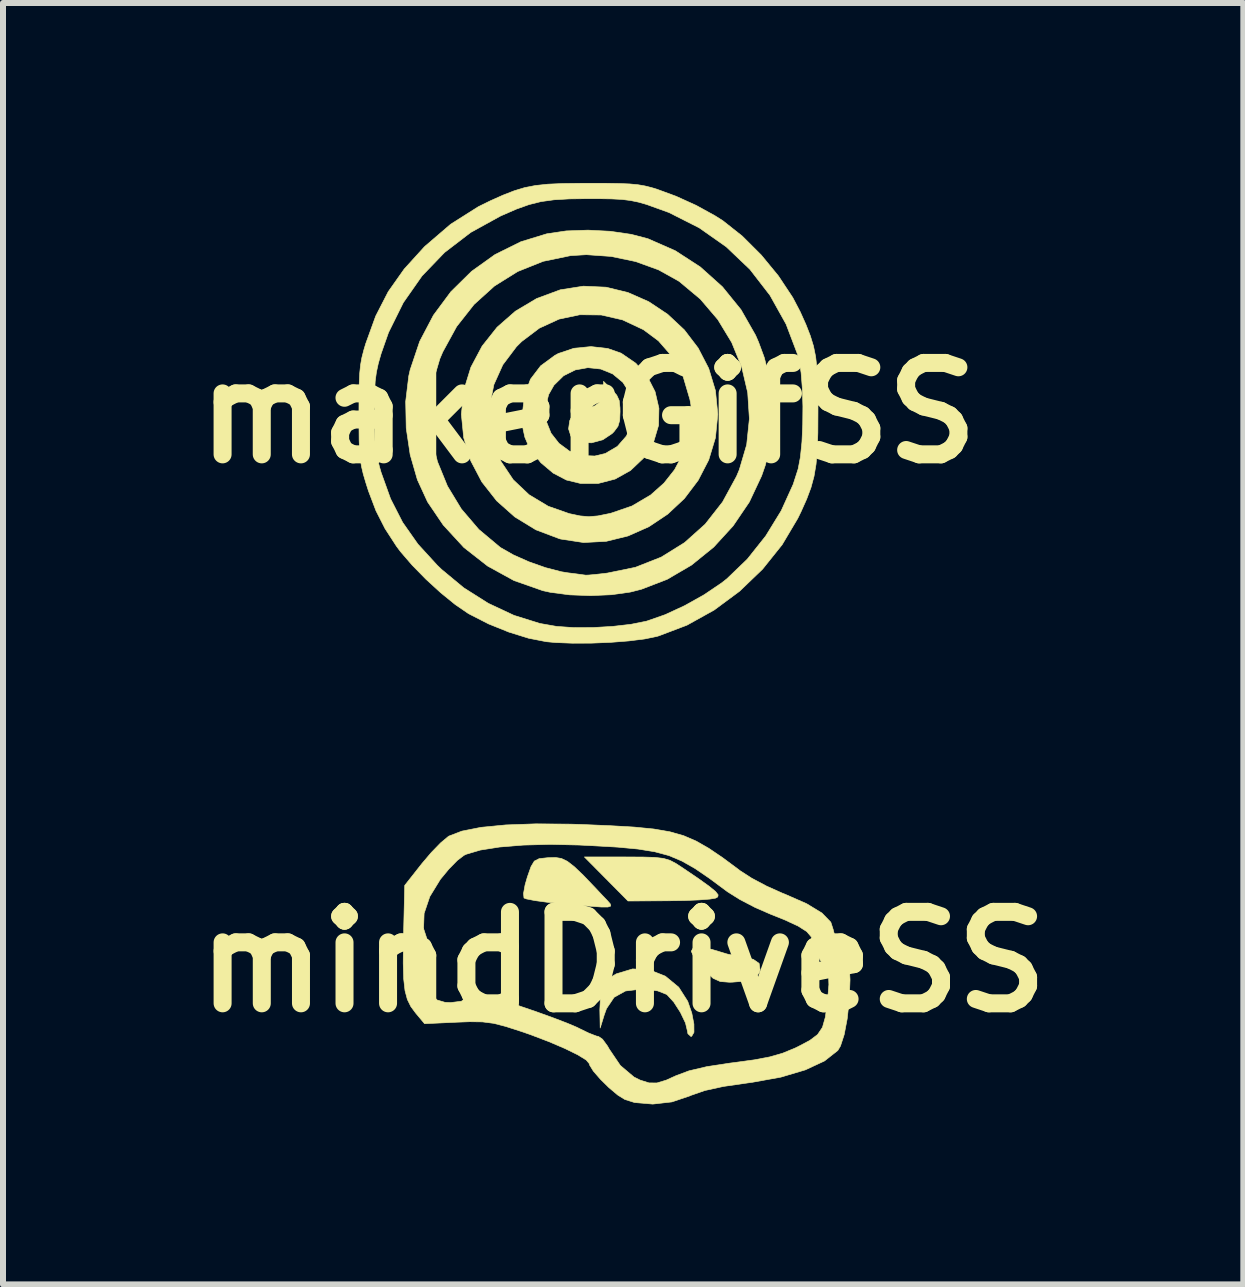
<source format=kicad_pcb>
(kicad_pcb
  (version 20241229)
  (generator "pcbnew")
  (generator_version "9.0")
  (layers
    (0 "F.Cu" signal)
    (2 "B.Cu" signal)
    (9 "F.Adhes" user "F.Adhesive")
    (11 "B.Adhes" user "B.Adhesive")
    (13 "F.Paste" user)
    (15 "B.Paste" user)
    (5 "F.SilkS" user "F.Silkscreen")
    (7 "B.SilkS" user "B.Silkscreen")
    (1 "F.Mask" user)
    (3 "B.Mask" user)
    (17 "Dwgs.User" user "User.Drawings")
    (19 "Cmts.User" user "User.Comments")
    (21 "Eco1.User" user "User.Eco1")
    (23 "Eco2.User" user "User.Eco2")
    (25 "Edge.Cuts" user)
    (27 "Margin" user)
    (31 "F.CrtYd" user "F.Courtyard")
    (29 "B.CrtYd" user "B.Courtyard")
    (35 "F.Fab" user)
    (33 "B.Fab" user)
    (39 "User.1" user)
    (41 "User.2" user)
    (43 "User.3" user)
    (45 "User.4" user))
  (footprint "makerGifSS"
    (layer "F.Cu")
    (at 6.756 3.834)
    (property "Reference" "makerGifSS" (at 0 0 0) (layer "F.SilkS") (effects (font (size 1.524 1.524) (thickness 0.3))))
    (attr through_hole)
    (fp_poly (pts (xy 0.392 -0.39) (xy 0.474 -0.297) (xy 0.515 -0.208) (xy 0.528 -0.086) (xy 0.529 -0.021) (xy 0.523 0.124) (xy 0.494 0.222) (xy 0.43 0.308) (xy 0.397 0.342) (xy 0.242 0.446) (xy 0.054 0.497) (xy -0.132 0.489) (xy -0.2 0.467) (xy -0.289 0.388) (xy -0.329 0.265) (xy -0.31 0.129) (xy -0.291 0.088) (xy -0.186 -0.014) (xy -0.058 -0.064) (xy 0.111 -0.12) (xy 0.209 -0.198) (xy 0.25 -0.31) (xy 0.254 -0.375) (xy 0.254 -0.528) (xy 0.392 -0.39)) (stroke (width 0.01) (type solid)) (fill yes) (layer "F.SilkS"))
    (fp_poly (pts (xy 0.325 -1.075) (xy 0.547 -0.997) (xy 0.792 -0.829) (xy 0.983 -0.61) (xy 1.113 -0.355) (xy 1.177 -0.079) (xy 1.171 0.205) (xy 1.089 0.481) (xy 1.086 0.488) (xy 0.92 0.752) (xy 0.703 0.958) (xy 0.447 1.101) (xy 0.166 1.174) (xy -0.13 1.174) (xy -0.365 1.117) (xy -0.585 1.002) (xy -0.791 0.828) (xy -0.956 0.619) (xy -0.997 0.547) (xy -1.058 0.403) (xy -1.09 0.256) (xy -1.1 0.069) (xy -1.1 0.033) (xy -1.088 -0.082) (xy -0.718 -0.082) (xy -0.701 0.137) (xy -0.621 0.337) (xy -0.489 0.506) (xy -0.316 0.634) (xy -0.114 0.708) (xy 0.108 0.717) (xy 0.283 0.675) (xy 0.484 0.557) (xy 0.635 0.384) (xy 0.73 0.174) (xy 0.759 -0.053) (xy 0.715 -0.28) (xy 0.704 -0.308) (xy 0.577 -0.51) (xy 0.406 -0.652) (xy 0.207 -0.733) (xy -0.007 -0.756) (xy -0.218 -0.718) (xy -0.412 -0.621) (xy -0.573 -0.463) (xy -0.661 -0.308) (xy -0.718 -0.082) (xy -1.088 -0.082) (xy -1.065 -0.29) (xy -0.964 -0.563) (xy -0.794 -0.786) (xy -0.555 -0.962) (xy -0.499 -0.992) (xy -0.24 -1.079) (xy 0.045 -1.107) (xy 0.325 -1.075)) (stroke (width 0.01) (type solid)) (fill yes) (layer "F.SilkS"))
    (fp_poly (pts (xy 0.296 -2.097) (xy 0.661 -2.008) (xy 1.006 -1.856) (xy 1.322 -1.646) (xy 1.6 -1.386) (xy 1.831 -1.083) (xy 2.007 -0.743) (xy 2.119 -0.373) (xy 2.158 0.02) (xy 2.158 0.021) (xy 2.119 0.413) (xy 2.007 0.782) (xy 1.831 1.122) (xy 1.601 1.426) (xy 1.323 1.686) (xy 1.008 1.896) (xy 0.663 2.049) (xy 0.298 2.139) (xy -0.079 2.159) (xy -0.459 2.101) (xy -0.482 2.095) (xy -0.874 1.947) (xy -1.224 1.733) (xy -1.527 1.464) (xy -1.775 1.148) (xy -1.961 0.794) (xy -2.077 0.412) (xy -2.116 0.021) (xy -2.101 -0.119) (xy -1.644 -0.119) (xy -1.632 0.249) (xy -1.59 0.459) (xy -1.455 0.808) (xy -1.252 1.112) (xy -0.988 1.362) (xy -0.669 1.554) (xy -0.318 1.677) (xy -0.138 1.715) (xy 0.009 1.728) (xy 0.161 1.715) (xy 0.352 1.676) (xy 0.378 1.67) (xy 0.728 1.55) (xy 1.04 1.366) (xy 1.262 1.168) (xy 1.438 0.945) (xy 1.566 0.703) (xy 1.66 0.413) (xy 1.679 0.335) (xy 1.714 0.152) (xy 1.724 0.007) (xy 1.709 -0.142) (xy 1.694 -0.224) (xy 1.582 -0.603) (xy 1.406 -0.931) (xy 1.169 -1.203) (xy 0.919 -1.389) (xy 0.572 -1.552) (xy 0.216 -1.634) (xy -0.141 -1.638) (xy -0.488 -1.565) (xy -0.815 -1.415) (xy -1.112 -1.191) (xy -1.198 -1.105) (xy -1.425 -0.804) (xy -1.574 -0.473) (xy -1.644 -0.119) (xy -2.101 -0.119) (xy -2.075 -0.381) (xy -1.957 -0.763) (xy -1.77 -1.115) (xy -1.52 -1.43) (xy -1.215 -1.697) (xy -0.861 -1.908) (xy -0.466 -2.054) (xy -0.464 -2.054) (xy -0.082 -2.114) (xy 0.296 -2.097)) (stroke (width 0.01) (type solid)) (fill yes) (layer "F.SilkS"))
    (fp_poly (pts (xy 0.365 -3.029) (xy 0.715 -2.978) (xy 0.994 -2.905) (xy 1.451 -2.704) (xy 1.867 -2.434) (xy 2.235 -2.104) (xy 2.545 -1.722) (xy 2.788 -1.296) (xy 2.838 -1.181) (xy 2.932 -0.927) (xy 2.995 -0.686) (xy 3.031 -0.433) (xy 3.044 -0.144) (xy 3.038 0.157) (xy 3.027 0.399) (xy 3.011 0.583) (xy 2.987 0.734) (xy 2.948 0.877) (xy 2.892 1.038) (xy 2.888 1.049) (xy 2.684 1.483) (xy 2.414 1.881) (xy 2.09 2.235) (xy 1.72 2.535) (xy 1.315 2.772) (xy 0.884 2.938) (xy 0.699 2.985) (xy 0.386 3.029) (xy 0.038 3.044) (xy -0.312 3.031) (xy -0.632 2.989) (xy -0.759 2.961) (xy -1.238 2.793) (xy -1.678 2.551) (xy -2.074 2.241) (xy -2.418 1.867) (xy -2.679 1.482) (xy -2.849 1.112) (xy -2.969 0.695) (xy -3.035 0.253) (xy -3.041 -0.054) (xy -2.643 -0.054) (xy -2.614 0.381) (xy -2.515 0.809) (xy -2.348 1.218) (xy -2.117 1.599) (xy -1.825 1.941) (xy -1.476 2.233) (xy -1.458 2.246) (xy -1.249 2.365) (xy -0.99 2.48) (xy -0.712 2.578) (xy -0.45 2.646) (xy -0.339 2.664) (xy -0.195 2.682) (xy -0.088 2.697) (xy -0.042 2.703) (xy 0.007 2.701) (xy 0.118 2.691) (xy 0.271 2.674) (xy 0.318 2.668) (xy 0.785 2.572) (xy 1.216 2.402) (xy 1.605 2.16) (xy 1.948 1.853) (xy 2.238 1.483) (xy 2.471 1.055) (xy 2.517 0.946) (xy 2.64 0.528) (xy 2.685 0.096) (xy 2.657 -0.339) (xy 2.557 -0.766) (xy 2.39 -1.176) (xy 2.159 -1.557) (xy 1.867 -1.899) (xy 1.518 -2.191) (xy 1.5 -2.203) (xy 1.169 -2.387) (xy 0.787 -2.525) (xy 0.379 -2.61) (xy -0.032 -2.639) (xy -0.296 -2.623) (xy -0.754 -2.528) (xy -1.178 -2.358) (xy -1.564 -2.117) (xy -1.904 -1.81) (xy -2.194 -1.442) (xy -2.426 -1.018) (xy -2.475 -0.903) (xy -2.598 -0.486) (xy -2.643 -0.054) (xy -3.041 -0.054) (xy -3.044 -0.191) (xy -2.993 -0.615) (xy -2.969 -0.721) (xy -2.81 -1.194) (xy -2.581 -1.63) (xy -2.291 -2.021) (xy -1.946 -2.361) (xy -1.555 -2.641) (xy -1.123 -2.855) (xy -0.692 -2.987) (xy -0.368 -3.035) (xy -0.006 -3.048) (xy 0.365 -3.029)) (stroke (width 0.01) (type solid)) (fill yes) (layer "F.SilkS"))
    (fp_poly (pts (xy 0.294 -3.829) (xy 0.519 -3.825) (xy 0.691 -3.818) (xy 0.827 -3.805) (xy 0.943 -3.785) (xy 1.055 -3.757) (xy 1.141 -3.731) (xy 1.462 -3.613) (xy 1.799 -3.46) (xy 2.11 -3.289) (xy 2.244 -3.204) (xy 2.566 -2.949) (xy 2.881 -2.635) (xy 3.168 -2.286) (xy 3.408 -1.924) (xy 3.532 -1.687) (xy 3.628 -1.473) (xy 3.7 -1.288) (xy 3.753 -1.116) (xy 3.789 -0.939) (xy 3.812 -0.739) (xy 3.824 -0.499) (xy 3.828 -0.201) (xy 3.828 -0.021) (xy 3.826 0.332) (xy 3.816 0.617) (xy 3.796 0.853) (xy 3.762 1.056) (xy 3.711 1.244) (xy 3.64 1.434) (xy 3.546 1.644) (xy 3.491 1.757) (xy 3.231 2.195) (xy 2.904 2.603) (xy 2.522 2.97) (xy 2.098 3.284) (xy 1.645 3.536) (xy 1.176 3.714) (xy 1.143 3.724) (xy 0.94 3.766) (xy 0.675 3.799) (xy 0.371 3.823) (xy 0.051 3.836) (xy -0.264 3.837) (xy -0.549 3.826) (xy -0.699 3.812) (xy -0.995 3.754) (xy -1.326 3.651) (xy -1.663 3.515) (xy -1.974 3.356) (xy -2.006 3.338) (xy -2.219 3.192) (xy -2.46 2.996) (xy -2.706 2.771) (xy -2.936 2.536) (xy -3.13 2.311) (xy -3.196 2.223) (xy -3.388 1.927) (xy -3.539 1.63) (xy -3.665 1.298) (xy -3.71 1.156) (xy -3.751 1.017) (xy -3.78 0.894) (xy -3.8 0.771) (xy -3.813 0.629) (xy -3.82 0.452) (xy -3.822 0.22) (xy -3.823 0) (xy -3.566 0) (xy -3.565 0.258) (xy -3.557 0.454) (xy -3.543 0.612) (xy -3.517 0.755) (xy -3.478 0.906) (xy -3.455 0.987) (xy -3.296 1.43) (xy -3.095 1.823) (xy -2.84 2.186) (xy -2.517 2.539) (xy -2.444 2.609) (xy -2.076 2.914) (xy -1.668 3.172) (xy -1.239 3.373) (xy -0.807 3.508) (xy -0.529 3.557) (xy -0.244 3.577) (xy 0.077 3.576) (xy 0.405 3.557) (xy 0.711 3.522) (xy 0.965 3.471) (xy 0.982 3.466) (xy 1.282 3.361) (xy 1.608 3.21) (xy 1.931 3.029) (xy 2.221 2.833) (xy 2.31 2.763) (xy 2.65 2.436) (xy 2.957 2.05) (xy 3.216 1.628) (xy 3.415 1.189) (xy 3.498 0.931) (xy 3.535 0.736) (xy 3.561 0.483) (xy 3.574 0.193) (xy 3.577 -0.11) (xy 3.568 -0.405) (xy 3.547 -0.67) (xy 3.514 -0.882) (xy 3.497 -0.953) (xy 3.297 -1.48) (xy 3.028 -1.962) (xy 2.694 -2.394) (xy 2.299 -2.77) (xy 1.848 -3.087) (xy 1.346 -3.341) (xy 0.972 -3.476) (xy 0.835 -3.515) (xy 0.704 -3.542) (xy 0.561 -3.56) (xy 0.384 -3.569) (xy 0.154 -3.573) (xy 0 -3.573) (xy -0.316 -3.569) (xy -0.571 -3.554) (xy -0.788 -3.524) (xy -0.988 -3.474) (xy -1.196 -3.4) (xy -1.435 -3.296) (xy -1.466 -3.282) (xy -1.96 -3.01) (xy -2.396 -2.676) (xy -2.772 -2.285) (xy -3.084 -1.839) (xy -3.33 -1.342) (xy -3.455 -0.986) (xy -3.501 -0.824) (xy -3.532 -0.68) (xy -3.552 -0.532) (xy -3.562 -0.357) (xy -3.566 -0.131) (xy -3.566 0) (xy -3.823 0) (xy -3.822 -0.283) (xy -3.818 -0.5) (xy -3.81 -0.667) (xy -3.796 -0.802) (xy -3.774 -0.924) (xy -3.742 -1.049) (xy -3.71 -1.156) (xy -3.544 -1.615) (xy -3.335 -2.022) (xy -3.069 -2.399) (xy -2.734 -2.768) (xy -2.718 -2.783) (xy -2.295 -3.146) (xy -1.834 -3.438) (xy -1.635 -3.536) (xy -1.42 -3.632) (xy -1.235 -3.704) (xy -1.061 -3.757) (xy -0.881 -3.792) (xy -0.676 -3.814) (xy -0.429 -3.825) (xy -0.121 -3.829) (xy 0 -3.829) (xy 0.294 -3.829)) (stroke (width 0.01) (type solid)) (fill yes) (layer "F.SilkS")))
  (footprint "mindDriveSS"
    (layer "F.Cu")
    (at 7.337 12.984)
    (property "Reference" "mindDriveSS" (at 0 0 0) (layer "F.SilkS") (effects (font (size 1.524 1.524) (thickness 0.3))))
    (attr through_hole)
    (fp_poly (pts (xy 0.327 -1.749) (xy 0.529 -1.743) (xy 0.671 -1.726) (xy 0.779 -1.694) (xy 0.88 -1.641) (xy 0.996 -1.565) (xy 1.258 -1.387) (xy 1.435 -1.26) (xy 1.54 -1.174) (xy 1.583 -1.118) (xy 1.576 -1.084) (xy 1.541 -1.064) (xy 1.446 -1.048) (xy 1.266 -1.034) (xy 1.025 -1.024) (xy 0.76 -1.02) (xy 0.081 -1.016) (xy -0.646 -1.75) (xy 0.038 -1.75) (xy 0.327 -1.749)) (stroke (width 0.01) (type solid)) (fill yes) (layer "F.SilkS"))
    (fp_poly (pts (xy 1.312 -0.24) (xy 1.479 -0.209) (xy 1.609 -0.17) (xy 1.734 -0.132) (xy 1.912 -0.096) (xy 1.974 -0.086) (xy 2.168 -0.044) (xy 2.266 0.024) (xy 2.282 0.131) (xy 2.274 0.17) (xy 2.208 0.262) (xy 2.059 0.317) (xy 1.816 0.337) (xy 1.77 0.338) (xy 1.618 0.326) (xy 1.5 0.273) (xy 1.373 0.157) (xy 1.333 0.113) (xy 1.189 -0.064) (xy 1.135 -0.178) (xy 1.17 -0.236) (xy 1.295 -0.242) (xy 1.312 -0.24)) (stroke (width 0.01) (type solid)) (fill yes) (layer "F.SilkS"))
    (fp_poly (pts (xy -1.029 -1.725) (xy -0.931 -1.678) (xy -0.815 -1.588) (xy -0.664 -1.444) (xy -0.462 -1.233) (xy -0.345 -1.108) (xy -0.266 -1.026) (xy -0.215 -0.968) (xy -0.207 -0.932) (xy -0.253 -0.916) (xy -0.367 -0.916) (xy -0.562 -0.93) (xy -0.851 -0.956) (xy -1.016 -0.97) (xy -1.265 -0.995) (xy -1.471 -1.023) (xy -1.61 -1.05) (xy -1.653 -1.066) (xy -1.661 -1.14) (xy -1.635 -1.284) (xy -1.597 -1.416) (xy -1.536 -1.589) (xy -1.481 -1.681) (xy -1.4 -1.722) (xy -1.263 -1.737) (xy -1.24 -1.738) (xy -1.126 -1.741) (xy -1.029 -1.725)) (stroke (width 0.01) (type solid)) (fill yes) (layer "F.SilkS"))
    (fp_poly (pts (xy 0.439 0.132) (xy 0.703 0.237) (xy 0.926 0.421) (xy 1.076 0.656) (xy 1.144 0.853) (xy 1.179 1.035) (xy 1.18 1.173) (xy 1.142 1.239) (xy 1.129 1.242) (xy 1.079 1.196) (xy 1.072 1.155) (xy 1.039 1.017) (xy 0.954 0.84) (xy 0.844 0.669) (xy 0.733 0.548) (xy 0.722 0.54) (xy 0.575 0.482) (xy 0.363 0.453) (xy 0.304 0.452) (xy 0.038 0.484) (xy -0.151 0.589) (xy -0.278 0.778) (xy -0.315 0.881) (xy -0.383 1.101) (xy -0.389 0.801) (xy -0.377 0.547) (xy -0.319 0.374) (xy -0.203 0.251) (xy -0.114 0.198) (xy 0.158 0.116) (xy 0.439 0.132)) (stroke (width 0.01) (type solid)) (fill yes) (layer "F.SilkS"))
    (fp_poly (pts (xy -0.876 -2.297) (xy -0.706 -2.292) (xy -0.212 -2.271) (xy 0.187 -2.248) (xy 0.51 -2.216) (xy 0.778 -2.17) (xy 1.007 -2.105) (xy 1.218 -2.014) (xy 1.429 -1.893) (xy 1.659 -1.737) (xy 1.926 -1.539) (xy 1.947 -1.522) (xy 2.139 -1.398) (xy 2.389 -1.265) (xy 2.65 -1.148) (xy 2.696 -1.13) (xy 3.058 -0.971) (xy 3.314 -0.815) (xy 3.461 -0.663) (xy 3.5 -0.542) (xy 3.532 -0.418) (xy 3.613 -0.265) (xy 3.641 -0.226) (xy 3.726 -0.084) (xy 3.769 0.071) (xy 3.781 0.287) (xy 3.781 0.307) (xy 3.768 0.639) (xy 3.734 0.949) (xy 3.684 1.211) (xy 3.622 1.401) (xy 3.578 1.475) (xy 3.356 1.65) (xy 3.036 1.799) (xy 2.628 1.92) (xy 2.146 2.007) (xy 2.078 2.016) (xy 1.671 2.075) (xy 1.361 2.143) (xy 1.131 2.223) (xy 1.104 2.235) (xy 0.812 2.333) (xy 0.493 2.369) (xy 0.19 2.343) (xy 0.028 2.292) (xy -0.091 2.218) (xy -0.236 2.096) (xy -0.38 1.954) (xy -0.497 1.819) (xy -0.56 1.717) (xy -0.564 1.696) (xy -0.615 1.635) (xy -0.756 1.548) (xy -0.97 1.443) (xy -1.239 1.328) (xy -1.546 1.211) (xy -1.693 1.16) (xy -1.957 1.075) (xy -2.159 1.023) (xy -2.345 0.999) (xy -2.558 0.996) (xy -2.77 1.004) (xy -3.31 1.029) (xy -3.459 0.851) (xy -3.539 0.743) (xy -3.597 0.625) (xy -3.636 0.479) (xy -3.658 0.285) (xy -3.666 0.023) (xy -3.663 -0.324) (xy -3.659 -0.487) (xy -3.658 -0.556) (xy -3.327 -0.556) (xy -3.276 -0.4) (xy -3.238 -0.282) (xy -3.277 -0.193) (xy -3.317 -0.075) (xy -3.318 0.106) (xy -3.285 0.306) (xy -3.223 0.485) (xy -3.195 0.535) (xy -3.102 0.634) (xy -2.97 0.673) (xy -2.876 0.677) (xy -2.696 0.655) (xy -2.617 0.593) (xy -2.544 0.518) (xy -2.503 0.508) (xy -2.402 0.527) (xy -2.219 0.577) (xy -1.979 0.651) (xy -1.707 0.741) (xy -1.425 0.838) (xy -1.159 0.934) (xy -0.932 1.021) (xy -0.769 1.09) (xy -0.734 1.108) (xy -0.575 1.185) (xy -0.45 1.234) (xy -0.411 1.242) (xy -0.344 1.288) (xy -0.26 1.403) (xy -0.232 1.453) (xy -0.047 1.726) (xy 0.18 1.918) (xy 0.282 1.969) (xy 0.431 2.016) (xy 0.563 2.017) (xy 0.72 1.969) (xy 0.878 1.897) (xy 1.097 1.815) (xy 1.394 1.745) (xy 1.787 1.685) (xy 1.852 1.677) (xy 2.189 1.631) (xy 2.446 1.582) (xy 2.655 1.522) (xy 2.848 1.443) (xy 2.914 1.412) (xy 3.111 1.308) (xy 3.241 1.21) (xy 3.322 1.09) (xy 3.37 0.92) (xy 3.403 0.672) (xy 3.411 0.593) (xy 3.429 0.379) (xy 3.424 0.238) (xy 3.391 0.133) (xy 3.322 0.025) (xy 3.306 0.003) (xy 3.214 -0.149) (xy 3.164 -0.288) (xy 3.161 -0.318) (xy 3.138 -0.415) (xy 3.061 -0.506) (xy 2.915 -0.599) (xy 2.685 -0.705) (xy 2.455 -0.797) (xy 2.2 -0.908) (xy 1.945 -1.041) (xy 1.741 -1.169) (xy 1.722 -1.183) (xy 1.439 -1.393) (xy 1.199 -1.557) (xy 0.981 -1.681) (xy 0.764 -1.773) (xy 0.526 -1.837) (xy 0.248 -1.882) (xy -0.093 -1.914) (xy -0.516 -1.938) (xy -0.734 -1.949) (xy -1.217 -1.96) (xy -1.664 -1.948) (xy -2.058 -1.916) (xy -2.381 -1.865) (xy -2.614 -1.796) (xy -2.654 -1.777) (xy -2.764 -1.693) (xy -2.906 -1.548) (xy -3.048 -1.376) (xy -3.223 -1.09) (xy -3.318 -0.809) (xy -3.327 -0.556) (xy -3.658 -0.556) (xy -3.641 -1.276) (xy -3.355 -1.639) (xy -3.198 -1.824) (xy -3.043 -1.984) (xy -2.92 -2.087) (xy -2.904 -2.098) (xy -2.688 -2.181) (xy -2.369 -2.244) (xy -1.956 -2.284) (xy -1.455 -2.302) (xy -0.876 -2.297)) (stroke (width 0.01) (type solid)) (fill yes) (layer "F.SilkS")))
  (gr_rect
    (start -3 -3)
    (end 17.674 18.358)
    (stroke (width 0.1) (type default))
    (fill no)
    (layer "Edge.Cuts")))
</source>
